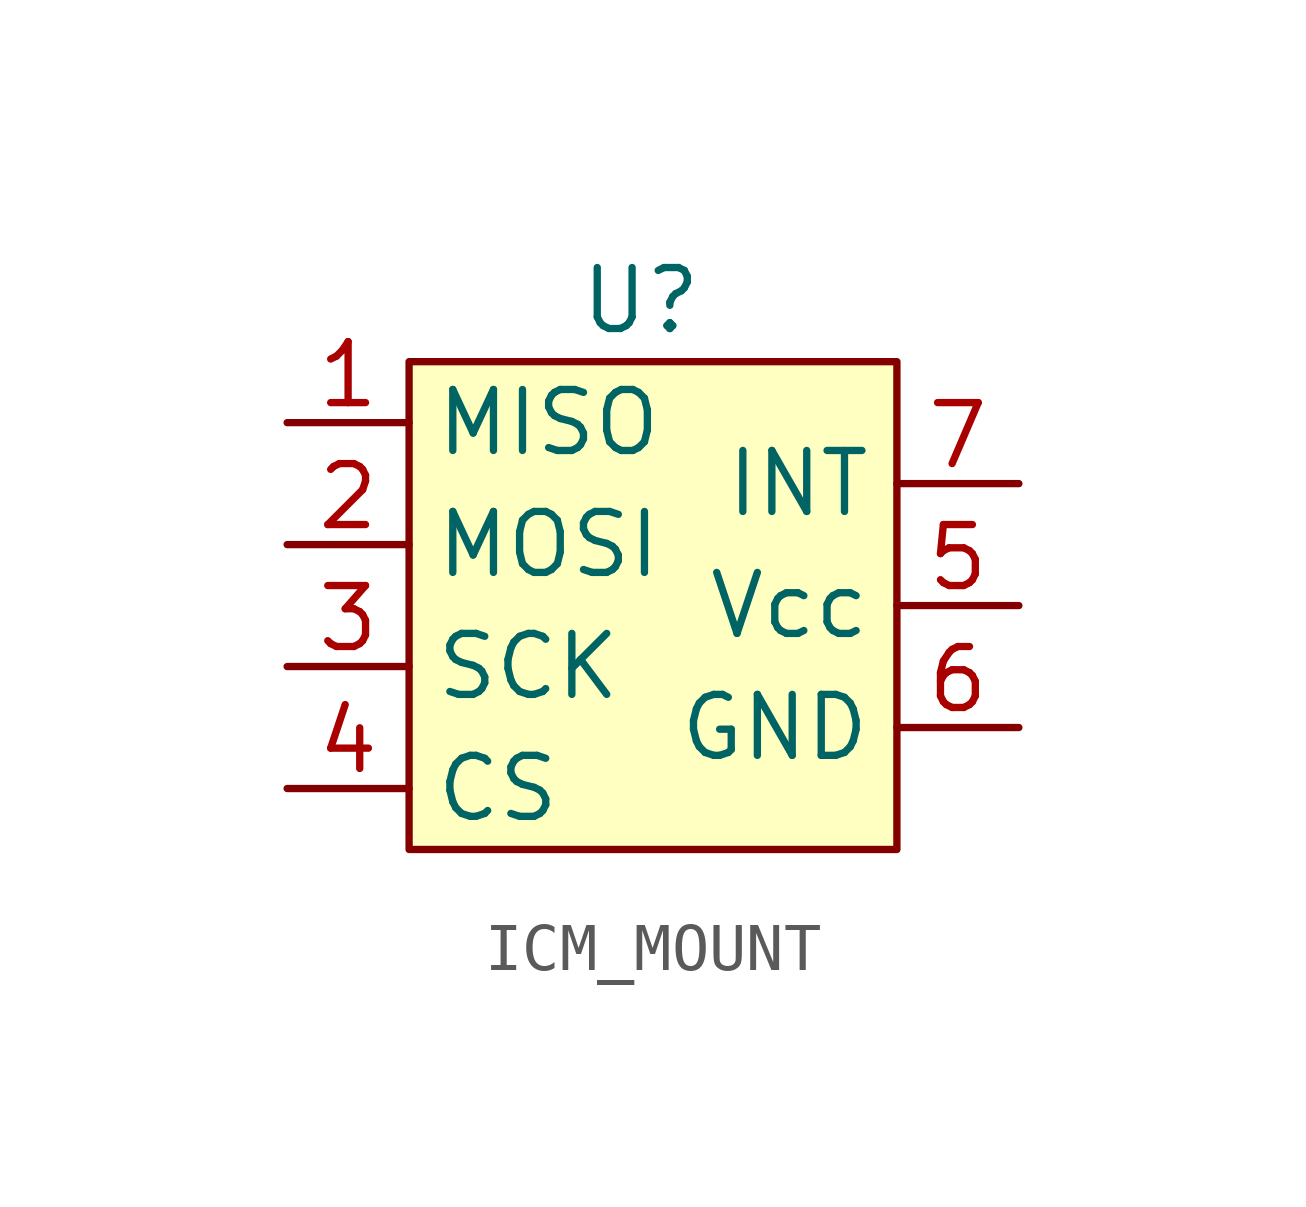
<source format=kicad_sym>
(kicad_symbol_lib
  (version 20231120)
  (generator "kicad_symbol_editor")
  (generator_version "8.0")
  (symbol "ICM_MOUNT"
    (property "Reference" "U"
      (at -0.254 6.35 0)
      (effects (font (size 1.27 1.27))))
    (property "Value" ""
      (at 0 0 0)
      (effects (font (size 1.27 1.27))))
    (symbol "ICM_MOUNT_1_1"
      (rectangle (start -5.08 5.08) (end 5.08 -5.08) (stroke (width 0) (type default)) (fill (type background)))
      (pin input line (at -7.62 3.81 0) (length 2.54) (name "MISO" (effects (font (size 1.27 1.27)))) (number "1" (effects (font (size 1.27 1.27)))))
      (pin input line (at -7.62 1.27 0) (length 2.54) (name "MOSI" (effects (font (size 1.27 1.27)))) (number "2" (effects (font (size 1.27 1.27)))))
      (pin input line (at -7.62 -1.27 0) (length 2.54) (name "SCK" (effects (font (size 1.27 1.27)))) (number "3" (effects (font (size 1.27 1.27)))))
      (pin input line (at -7.62 -3.81 0) (length 2.54) (name "CS" (effects (font (size 1.27 1.27)))) (number "4" (effects (font (size 1.27 1.27)))))
      (pin input line (at 7.62 0 180) (length 2.54) (name "Vcc" (effects (font (size 1.27 1.27)))) (number "5" (effects (font (size 1.27 1.27)))))
      (pin input line (at 7.62 -2.54 180) (length 2.54) (name "GND" (effects (font (size 1.27 1.27)))) (number "6" (effects (font (size 1.27 1.27)))))
      (pin input line (at 7.62 2.54 180) (length 2.54) (name "INT" (effects (font (size 1.27 1.27)))) (number "7" (effects (font (size 1.27 1.27))))))))
</source>
